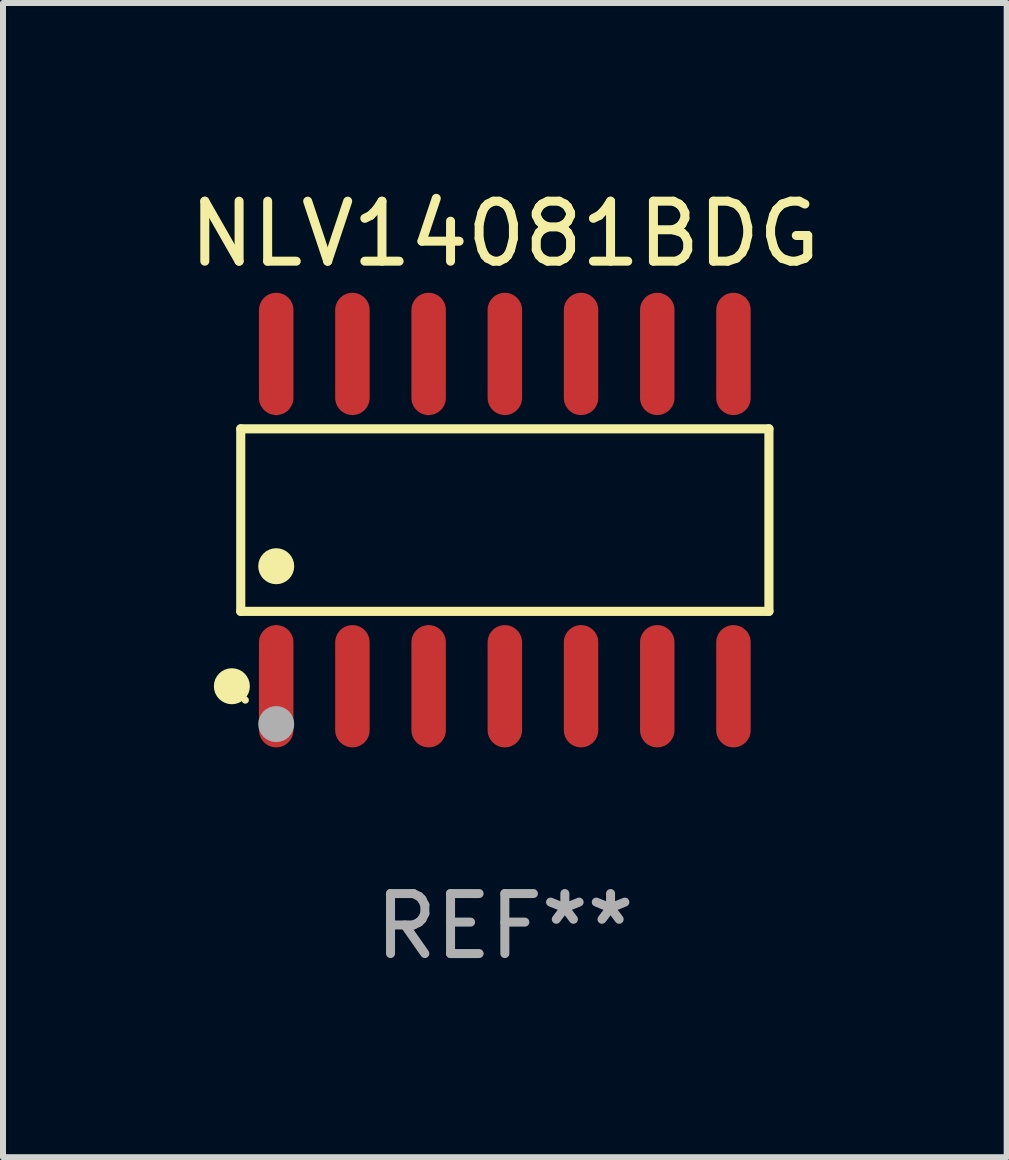
<source format=kicad_pcb>
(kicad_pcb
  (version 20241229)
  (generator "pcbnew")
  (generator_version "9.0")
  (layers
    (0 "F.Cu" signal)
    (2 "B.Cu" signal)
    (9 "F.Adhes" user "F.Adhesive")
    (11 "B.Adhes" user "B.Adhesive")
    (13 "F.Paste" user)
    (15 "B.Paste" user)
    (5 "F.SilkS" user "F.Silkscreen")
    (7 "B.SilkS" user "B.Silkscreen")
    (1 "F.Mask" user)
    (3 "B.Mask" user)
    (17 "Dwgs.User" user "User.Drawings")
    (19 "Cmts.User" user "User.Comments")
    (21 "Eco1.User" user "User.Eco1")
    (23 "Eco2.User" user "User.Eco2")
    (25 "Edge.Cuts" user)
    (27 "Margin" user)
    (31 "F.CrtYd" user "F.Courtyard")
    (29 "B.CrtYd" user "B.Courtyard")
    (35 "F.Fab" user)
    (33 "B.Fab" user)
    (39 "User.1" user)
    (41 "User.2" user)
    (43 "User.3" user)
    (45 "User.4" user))
  (footprint "NLV14081BDG"
    (layer "F.Cu")
    (at 5.363 5.617)
    (property "Reference" "NLV14081BDG" (at 0 -4.769 0) (layer "F.SilkS") (effects (font (size 1 1) (thickness 0.15))))
    (attr through_hole)
    (fp_line (start -4.401 -1.521) (end 4.401 -1.521) (stroke (width 0.152) (type solid)) (layer "F.SilkS"))
    (fp_line (start -4.401 1.521) (end -4.401 -1.521) (stroke (width 0.152) (type solid)) (layer "F.SilkS"))
    (fp_line (start 4.401 -1.521) (end 4.401 1.521) (stroke (width 0.152) (type solid)) (layer "F.SilkS"))
    (fp_line (start 4.401 1.521) (end -4.401 1.521) (stroke (width 0.152) (type solid)) (layer "F.SilkS"))
    (fp_circle (center -4.549 2.769) (end -4.399 2.769) (stroke (width 0.3) (type solid)) (fill no) (layer "F.SilkS"))
    (fp_circle (center -4.325 3) (end -4.295 3) (stroke (width 0.06) (type solid)) (fill no) (layer "F.SilkS"))
    (fp_circle (center -3.81 0.769) (end -3.66 0.769) (stroke (width 0.3) (type solid)) (fill no) (layer "F.SilkS"))
    (fp_circle (center -3.81 3.4) (end -3.66 3.4) (stroke (width 0.3) (type solid)) (fill no) (layer "F.Fab"))
    (fp_text user "REF**" (at 0 6.769 0) (layer "F.Fab") (effects (font (size 1 1) (thickness 0.15))))
    (pad "1" smd oval (at -3.81 2.769) (size 0.574 2.038) (layers "F.Cu" "F.Mask" "F.Paste"))
    (pad "2" smd oval (at -2.54 2.769) (size 0.574 2.038) (layers "F.Cu" "F.Mask" "F.Paste"))
    (pad "3" smd oval (at -1.27 2.769) (size 0.574 2.038) (layers "F.Cu" "F.Mask" "F.Paste"))
    (pad "4" smd oval (at 0 2.769) (size 0.574 2.038) (layers "F.Cu" "F.Mask" "F.Paste"))
    (pad "5" smd oval (at 1.27 2.769) (size 0.574 2.038) (layers "F.Cu" "F.Mask" "F.Paste"))
    (pad "6" smd oval (at 2.54 2.769) (size 0.574 2.038) (layers "F.Cu" "F.Mask" "F.Paste"))
    (pad "7" smd oval (at 3.81 2.769) (size 0.574 2.038) (layers "F.Cu" "F.Mask" "F.Paste"))
    (pad "8" smd oval (at 3.81 -2.769) (size 0.574 2.038) (layers "F.Cu" "F.Mask" "F.Paste"))
    (pad "9" smd oval (at 2.54 -2.769) (size 0.574 2.038) (layers "F.Cu" "F.Mask" "F.Paste"))
    (pad "10" smd oval (at 1.27 -2.769) (size 0.574 2.038) (layers "F.Cu" "F.Mask" "F.Paste"))
    (pad "11" smd oval (at 0 -2.769) (size 0.574 2.038) (layers "F.Cu" "F.Mask" "F.Paste"))
    (pad "12" smd oval (at -1.27 -2.769) (size 0.574 2.038) (layers "F.Cu" "F.Mask" "F.Paste"))
    (pad "13" smd oval (at -2.54 -2.769) (size 0.574 2.038) (layers "F.Cu" "F.Mask" "F.Paste"))
    (pad "14" smd oval (at -3.81 -2.769) (size 0.574 2.038) (layers "F.Cu" "F.Mask" "F.Paste")))
  (gr_rect
    (start -3 -3)
    (end 13.726 16.235)
    (stroke (width 0.1) (type default))
    (fill no)
    (layer "Edge.Cuts")))
</source>
